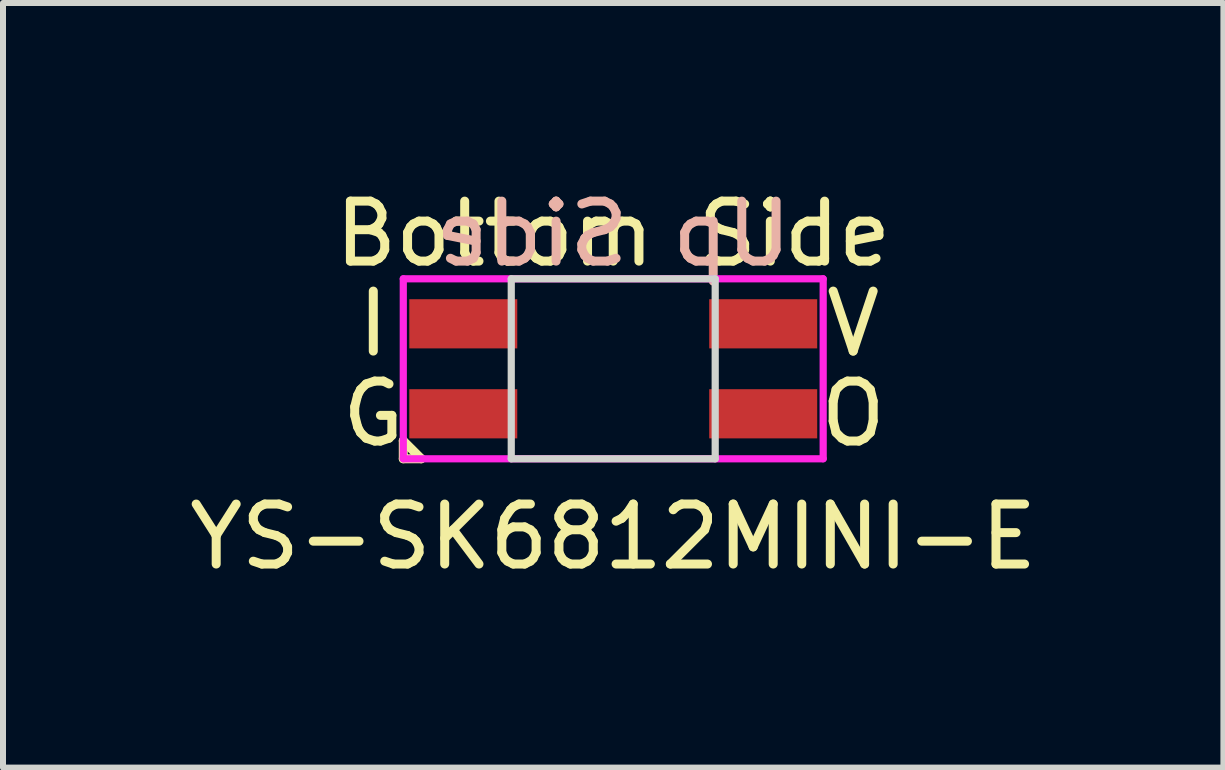
<source format=kicad_pcb>
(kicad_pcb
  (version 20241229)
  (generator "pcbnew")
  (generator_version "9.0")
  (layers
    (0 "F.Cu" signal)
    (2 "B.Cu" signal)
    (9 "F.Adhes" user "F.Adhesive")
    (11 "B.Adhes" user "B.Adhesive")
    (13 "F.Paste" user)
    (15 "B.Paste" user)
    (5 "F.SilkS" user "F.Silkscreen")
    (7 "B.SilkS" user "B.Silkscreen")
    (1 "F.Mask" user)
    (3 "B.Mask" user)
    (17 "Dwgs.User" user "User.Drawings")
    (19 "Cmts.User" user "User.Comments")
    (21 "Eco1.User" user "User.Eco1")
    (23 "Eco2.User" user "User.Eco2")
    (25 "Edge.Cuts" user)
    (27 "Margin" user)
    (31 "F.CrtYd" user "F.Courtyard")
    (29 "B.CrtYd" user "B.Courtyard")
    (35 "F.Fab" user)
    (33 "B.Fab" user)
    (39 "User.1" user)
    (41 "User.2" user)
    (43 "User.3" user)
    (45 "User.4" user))
  (footprint "YS-SK6812MINI-E"
    (layer "F.Cu")
    (at 7.173 3.098)
    (property "Reference" "YS-SK6812MINI-E" (at 0 2.8 0) (layer "F.SilkS") (effects (font (size 1 1) (thickness 0.15))))
    (attr through_hole)
    (fp_line (start -3.5 1.2) (end -3.2 1.5) (stroke (width 0.15) (type solid)) (layer "F.SilkS"))
    (fp_line (start -3.5 1.5) (end -3.5 1.2) (stroke (width 0.15) (type solid)) (layer "F.SilkS"))
    (fp_line (start -3.2 1.5) (end -3.5 1.5) (stroke (width 0.15) (type solid)) (layer "F.SilkS"))
    (fp_line (start -1.7 -1.5) (end -1.7 1.5) (stroke (width 0.12) (type solid)) (layer "Edge.Cuts"))
    (fp_line (start -1.7 1.5) (end 1.7 1.5) (stroke (width 0.12) (type solid)) (layer "Edge.Cuts"))
    (fp_line (start 1.7 -1.5) (end -1.7 -1.5) (stroke (width 0.12) (type solid)) (layer "Edge.Cuts"))
    (fp_line (start 1.7 1.5) (end 1.7 -1.5) (stroke (width 0.12) (type solid)) (layer "Edge.Cuts"))
    (fp_line (start -3.5 -1.5) (end -3.5 1.5) (stroke (width 0.12) (type solid)) (layer "F.CrtYd"))
    (fp_line (start -3.5 1.5) (end 3.5 1.5) (stroke (width 0.12) (type solid)) (layer "F.CrtYd"))
    (fp_line (start 3.5 -1.5) (end -3.5 -1.5) (stroke (width 0.12) (type solid)) (layer "F.CrtYd"))
    (fp_line (start 3.5 1.5) (end 3.5 -1.5) (stroke (width 0.12) (type solid)) (layer "F.CrtYd"))
    (fp_text user "G" (at -4 0.75 0) (layer "F.SilkS") (effects (font (size 1 1) (thickness 0.15))))
    (fp_text user "Bottom Side" (at 0 -2.25 0) (layer "F.SilkS") (effects (font (size 1 1) (thickness 0.15))))
    (fp_text user "V" (at 4 -0.75 0) (layer "F.SilkS") (effects (font (size 1 1) (thickness 0.15))))
    (fp_text user "I" (at -4 -0.75 0) (layer "F.SilkS") (effects (font (size 1 1) (thickness 0.15))))
    (fp_text user "O" (at 4 0.75 0) (layer "F.SilkS") (effects (font (size 1 1) (thickness 0.15))))
    (fp_text user "Up Side" (at 0 -2.25 0) (layer "B.SilkS") (effects (font (size 1 1) (thickness 0.15)) (justify mirror)))
    (pad "1" smd rect (at 2.5 -0.75) (size 1.8 0.82) (layers "F.Cu" "F.Mask" "F.Paste"))
    (pad "2" smd rect (at 2.5 0.75) (size 1.8 0.82) (layers "F.Cu" "F.Mask" "F.Paste"))
    (pad "3" smd rect (at -2.5 0.75) (size 1.8 0.82) (layers "F.Cu" "F.Mask" "F.Paste"))
    (pad "4" smd rect (at -2.5 -0.75) (size 1.8 0.82) (layers "F.Cu" "F.Mask" "F.Paste")))
  (gr_rect
    (start -3 -3)
    (end 17.345 9.746)
    (stroke (width 0.1) (type default))
    (fill no)
    (layer "Edge.Cuts")))
</source>
